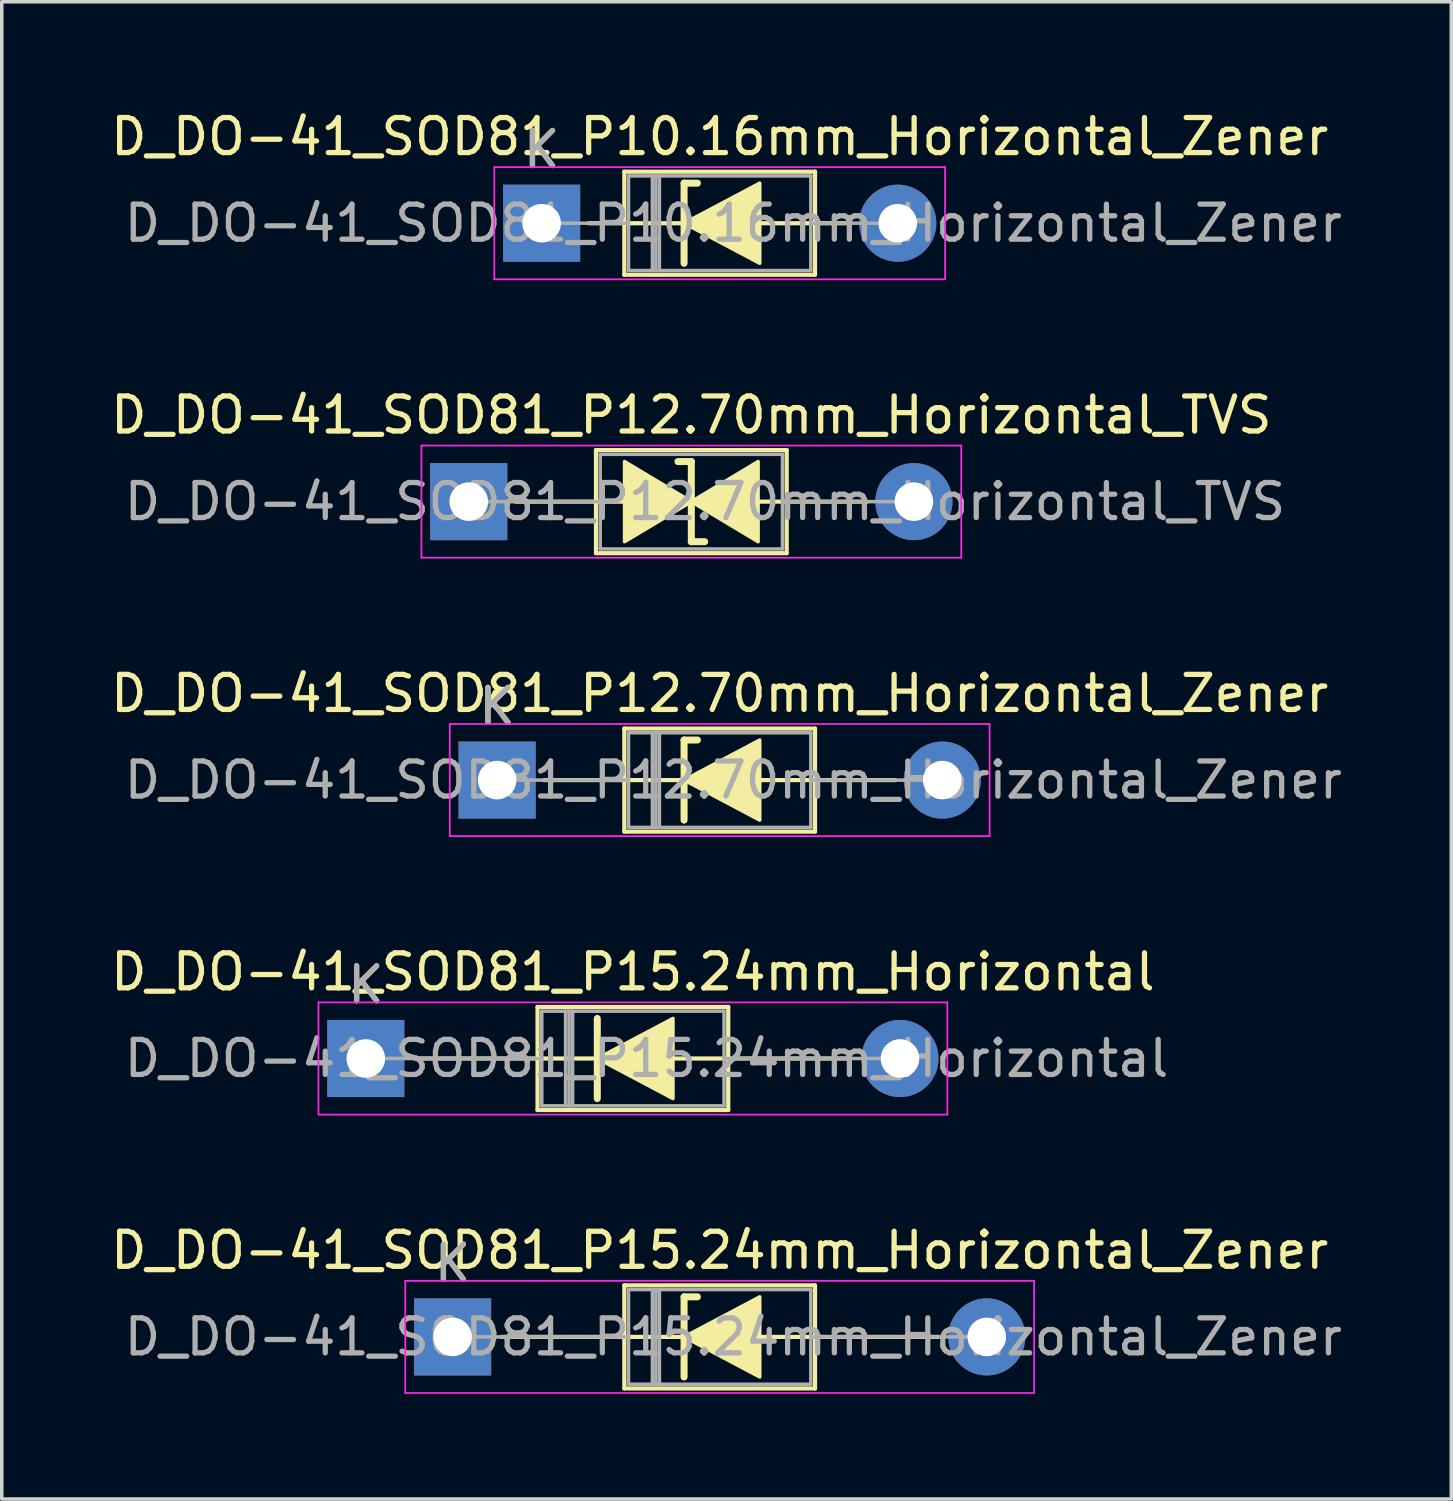
<source format=kicad_pcb>
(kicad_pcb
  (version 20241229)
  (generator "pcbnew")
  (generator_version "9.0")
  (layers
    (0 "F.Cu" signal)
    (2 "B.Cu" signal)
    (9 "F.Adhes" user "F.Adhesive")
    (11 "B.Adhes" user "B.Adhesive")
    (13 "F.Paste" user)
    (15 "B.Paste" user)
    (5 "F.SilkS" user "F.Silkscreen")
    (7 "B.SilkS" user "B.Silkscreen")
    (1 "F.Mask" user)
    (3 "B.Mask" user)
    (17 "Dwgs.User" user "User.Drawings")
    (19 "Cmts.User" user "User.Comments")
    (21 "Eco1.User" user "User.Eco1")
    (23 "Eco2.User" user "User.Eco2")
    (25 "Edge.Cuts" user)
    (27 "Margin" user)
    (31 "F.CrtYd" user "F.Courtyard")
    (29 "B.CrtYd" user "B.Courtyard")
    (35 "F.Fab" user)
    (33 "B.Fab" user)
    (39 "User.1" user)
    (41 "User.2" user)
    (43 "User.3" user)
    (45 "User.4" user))
  (footprint "D_DO-41_SOD81_P15.24mm_Horizontal_Zener"
    (layer "F.Cu")
    (at 9.862 35.091)
    (property "Reference" "D_DO-41_SOD81_P15.24mm_Horizontal_Zener" (at 7.62 -2.47 0) (layer "F.SilkS") (effects (font (size 1 1) (thickness 0.15))))
    (attr through_hole)
    (fp_line (start 1.397 0) (end 4.9 0) (stroke (width 0.12) (type solid)) (layer "F.SilkS"))
    (fp_line (start 4.9 -1.47) (end 4.9 1.47) (stroke (width 0.12) (type solid)) (layer "F.SilkS"))
    (fp_line (start 4.9 1.47) (end 10.34 1.47) (stroke (width 0.12) (type solid)) (layer "F.SilkS"))
    (fp_line (start 6.604 -1.143) (end 6.604 1.143) (stroke (width 0.2) (type solid)) (layer "F.SilkS"))
    (fp_line (start 6.604 -1.143) (end 6.985 -1.143) (stroke (width 0.2) (type solid)) (layer "F.SilkS"))
    (fp_line (start 6.604 0) (end 4.9 0) (stroke (width 0.12) (type solid)) (layer "F.SilkS"))
    (fp_line (start 8.763 0) (end 10.34 0) (stroke (width 0.12) (type solid)) (layer "F.SilkS"))
    (fp_line (start 10.34 -1.47) (end 4.9 -1.47) (stroke (width 0.12) (type solid)) (layer "F.SilkS"))
    (fp_line (start 10.34 1.47) (end 10.34 -1.47) (stroke (width 0.12) (type solid)) (layer "F.SilkS"))
    (fp_line (start 13.843 0) (end 10.34 0) (stroke (width 0.12) (type solid)) (layer "F.SilkS"))
    (fp_poly (pts (xy 8.763 1.143) (xy 6.604 0) (xy 8.763 -1.143)) (stroke (width 0.1) (type solid)) (fill yes) (layer "F.SilkS"))
    (fp_line (start -1.35 -1.6) (end -1.35 1.6) (stroke (width 0.05) (type solid)) (layer "F.CrtYd"))
    (fp_line (start -1.35 1.6) (end 16.59 1.6) (stroke (width 0.05) (type solid)) (layer "F.CrtYd"))
    (fp_line (start 16.59 -1.6) (end -1.35 -1.6) (stroke (width 0.05) (type solid)) (layer "F.CrtYd"))
    (fp_line (start 16.59 1.6) (end 16.59 -1.6) (stroke (width 0.05) (type solid)) (layer "F.CrtYd"))
    (fp_line (start 0 0) (end 5.02 0) (stroke (width 0.1) (type solid)) (layer "F.Fab"))
    (fp_line (start 5.02 -1.35) (end 5.02 1.35) (stroke (width 0.1) (type solid)) (layer "F.Fab"))
    (fp_line (start 5.02 1.35) (end 10.22 1.35) (stroke (width 0.1) (type solid)) (layer "F.Fab"))
    (fp_line (start 5.7 -1.35) (end 5.7 1.35) (stroke (width 0.1) (type solid)) (layer "F.Fab"))
    (fp_line (start 5.8 -1.35) (end 5.8 1.35) (stroke (width 0.1) (type solid)) (layer "F.Fab"))
    (fp_line (start 5.9 -1.35) (end 5.9 1.35) (stroke (width 0.1) (type solid)) (layer "F.Fab"))
    (fp_line (start 10.22 -1.35) (end 5.02 -1.35) (stroke (width 0.1) (type solid)) (layer "F.Fab"))
    (fp_line (start 10.22 1.35) (end 10.22 -1.35) (stroke (width 0.1) (type solid)) (layer "F.Fab"))
    (fp_line (start 15.24 0) (end 10.22 0) (stroke (width 0.1) (type solid)) (layer "F.Fab"))
    (fp_text user "K" (at 0 -2.1 0) (layer "F.SilkS") (effects (font (size 1 1) (thickness 0.15))))
    (fp_text user "${REFERENCE}" (at 8.01 0 0) (layer "F.Fab") (effects (font (size 1 1) (thickness 0.15))))
    (fp_text user "K" (at 0 -2.1 0) (layer "F.Fab") (effects (font (size 1 1) (thickness 0.15))))
    (pad "1" thru_hole rect (at 0 0) (size 2.2 2.2) (drill 1.1) (layers "*.Cu" "*.Mask"))
    (pad "2" thru_hole oval (at 15.24 0) (size 2.2 2.2) (drill 1.1) (layers "*.Cu" "*.Mask")))
  (footprint "D_DO-41_SOD81_P15.24mm_Horizontal"
    (layer "F.Cu")
    (at 7.386 27.148)
    (property "Reference" "D_DO-41_SOD81_P15.24mm_Horizontal" (at 7.62 -2.47 0) (layer "F.SilkS") (effects (font (size 1 1) (thickness 0.15))))
    (attr through_hole)
    (fp_line (start 1.397 0) (end 4.9 0) (stroke (width 0.12) (type solid)) (layer "F.SilkS"))
    (fp_line (start 4.9 -1.47) (end 4.9 1.47) (stroke (width 0.12) (type solid)) (layer "F.SilkS"))
    (fp_line (start 4.9 1.47) (end 10.34 1.47) (stroke (width 0.12) (type solid)) (layer "F.SilkS"))
    (fp_line (start 6.604 -1.143) (end 6.604 1.143) (stroke (width 0.2) (type solid)) (layer "F.SilkS"))
    (fp_line (start 6.604 0) (end 4.9 0) (stroke (width 0.12) (type solid)) (layer "F.SilkS"))
    (fp_line (start 8.763 0) (end 10.34 0) (stroke (width 0.12) (type solid)) (layer "F.SilkS"))
    (fp_line (start 10.34 -1.47) (end 4.9 -1.47) (stroke (width 0.12) (type solid)) (layer "F.SilkS"))
    (fp_line (start 10.34 1.47) (end 10.34 -1.47) (stroke (width 0.12) (type solid)) (layer "F.SilkS"))
    (fp_line (start 13.843 0) (end 10.34 0) (stroke (width 0.12) (type solid)) (layer "F.SilkS"))
    (fp_poly (pts (xy 8.763 1.143) (xy 6.604 0) (xy 8.763 -1.143)) (stroke (width 0.1) (type solid)) (fill yes) (layer "F.SilkS"))
    (fp_line (start -1.35 -1.6) (end -1.35 1.6) (stroke (width 0.05) (type solid)) (layer "F.CrtYd"))
    (fp_line (start -1.35 1.6) (end 16.59 1.6) (stroke (width 0.05) (type solid)) (layer "F.CrtYd"))
    (fp_line (start 16.59 -1.6) (end -1.35 -1.6) (stroke (width 0.05) (type solid)) (layer "F.CrtYd"))
    (fp_line (start 16.59 1.6) (end 16.59 -1.6) (stroke (width 0.05) (type solid)) (layer "F.CrtYd"))
    (fp_line (start 0 0) (end 5.02 0) (stroke (width 0.1) (type solid)) (layer "F.Fab"))
    (fp_line (start 5.02 -1.35) (end 5.02 1.35) (stroke (width 0.1) (type solid)) (layer "F.Fab"))
    (fp_line (start 5.02 1.35) (end 10.22 1.35) (stroke (width 0.1) (type solid)) (layer "F.Fab"))
    (fp_line (start 5.7 -1.35) (end 5.7 1.35) (stroke (width 0.1) (type solid)) (layer "F.Fab"))
    (fp_line (start 5.8 -1.35) (end 5.8 1.35) (stroke (width 0.1) (type solid)) (layer "F.Fab"))
    (fp_line (start 5.9 -1.35) (end 5.9 1.35) (stroke (width 0.1) (type solid)) (layer "F.Fab"))
    (fp_line (start 10.22 -1.35) (end 5.02 -1.35) (stroke (width 0.1) (type solid)) (layer "F.Fab"))
    (fp_line (start 10.22 1.35) (end 10.22 -1.35) (stroke (width 0.1) (type solid)) (layer "F.Fab"))
    (fp_line (start 15.24 0) (end 10.22 0) (stroke (width 0.1) (type solid)) (layer "F.Fab"))
    (fp_text user "K" (at 0 -2.1 0) (layer "F.SilkS") (effects (font (size 1 1) (thickness 0.15))))
    (fp_text user "${REFERENCE}" (at 8.01 0 0) (layer "F.Fab") (effects (font (size 1 1) (thickness 0.15))))
    (fp_text user "K" (at 0 -2.1 0) (layer "F.Fab") (effects (font (size 1 1) (thickness 0.15))))
    (pad "1" thru_hole rect (at 0 0) (size 2.2 2.2) (drill 1.1) (layers "*.Cu" "*.Mask"))
    (pad "2" thru_hole oval (at 15.24 0) (size 2.2 2.2) (drill 1.1) (layers "*.Cu" "*.Mask")))
  (footprint "D_DO-41_SOD81_P12.70mm_Horizontal_TVS"
    (layer "F.Cu")
    (at 10.323 11.261)
    (property "Reference" "D_DO-41_SOD81_P12.70mm_Horizontal_TVS" (at 6.35 -2.47 0) (layer "F.SilkS") (effects (font (size 1 1) (thickness 0.15))))
    (attr through_hole)
    (fp_line (start 1.34 0) (end 3.63 0) (stroke (width 0.12) (type solid)) (layer "F.SilkS"))
    (fp_line (start 3.63 -1.47) (end 3.63 1.47) (stroke (width 0.12) (type solid)) (layer "F.SilkS"))
    (fp_line (start 3.63 0) (end 4.445 0) (stroke (width 0.12) (type solid)) (layer "F.SilkS"))
    (fp_line (start 3.63 1.47) (end 9.07 1.47) (stroke (width 0.12) (type solid)) (layer "F.SilkS"))
    (fp_line (start 6.35 -1.143) (end 5.969 -1.143) (stroke (width 0.2) (type solid)) (layer "F.SilkS"))
    (fp_line (start 6.35 1.143) (end 6.35 -1.143) (stroke (width 0.2) (type solid)) (layer "F.SilkS"))
    (fp_line (start 6.731 1.143) (end 6.35 1.143) (stroke (width 0.2) (type solid)) (layer "F.SilkS"))
    (fp_line (start 8.255 0) (end 9.07 0) (stroke (width 0.12) (type solid)) (layer "F.SilkS"))
    (fp_line (start 9.07 -1.47) (end 3.63 -1.47) (stroke (width 0.12) (type solid)) (layer "F.SilkS"))
    (fp_line (start 9.07 1.47) (end 9.07 -1.47) (stroke (width 0.12) (type solid)) (layer "F.SilkS"))
    (fp_line (start 11.36 0) (end 9.07 0) (stroke (width 0.12) (type solid)) (layer "F.SilkS"))
    (fp_poly (pts (xy 6.35 0) (xy 4.445 1.143) (xy 4.445 -1.143)) (stroke (width 0.1) (type solid)) (fill yes) (layer "F.SilkS"))
    (fp_poly (pts (xy 6.35 0) (xy 8.255 -1.143) (xy 8.255 1.143)) (stroke (width 0.1) (type solid)) (fill yes) (layer "F.SilkS"))
    (fp_line (start -1.35 -1.6) (end -1.35 1.6) (stroke (width 0.05) (type solid)) (layer "F.CrtYd"))
    (fp_line (start -1.35 1.6) (end 14.05 1.6) (stroke (width 0.05) (type solid)) (layer "F.CrtYd"))
    (fp_line (start 14.05 -1.6) (end -1.35 -1.6) (stroke (width 0.05) (type solid)) (layer "F.CrtYd"))
    (fp_line (start 14.05 1.6) (end 14.05 -1.6) (stroke (width 0.05) (type solid)) (layer "F.CrtYd"))
    (fp_line (start 0 0) (end 3.75 0) (stroke (width 0.1) (type solid)) (layer "F.Fab"))
    (fp_line (start 3.75 -1.35) (end 3.75 1.35) (stroke (width 0.1) (type solid)) (layer "F.Fab"))
    (fp_line (start 3.75 1.35) (end 8.95 1.35) (stroke (width 0.1) (type solid)) (layer "F.Fab"))
    (fp_line (start 8.95 -1.35) (end 3.75 -1.35) (stroke (width 0.1) (type solid)) (layer "F.Fab"))
    (fp_line (start 8.95 1.35) (end 8.95 -1.35) (stroke (width 0.1) (type solid)) (layer "F.Fab"))
    (fp_line (start 12.7 0) (end 8.95 0) (stroke (width 0.1) (type solid)) (layer "F.Fab"))
    (fp_text user "${REFERENCE}" (at 6.74 0 0) (layer "F.Fab") (effects (font (size 1 1) (thickness 0.15))))
    (pad "1" thru_hole rect (at 0 0) (size 2.2 2.2) (drill 1.1) (layers "*.Cu" "*.Mask"))
    (pad "2" thru_hole oval (at 12.7 0) (size 2.2 2.2) (drill 1.1) (layers "*.Cu" "*.Mask")))
  (footprint "D_DO-41_SOD81_P10.16mm_Horizontal_Zener"
    (layer "F.Cu")
    (at 12.402 3.318)
    (property "Reference" "D_DO-41_SOD81_P10.16mm_Horizontal_Zener" (at 5.08 -2.47 0) (layer "F.SilkS") (effects (font (size 1 1) (thickness 0.15))))
    (attr through_hole)
    (fp_line (start 1.34 0) (end 2.36 0) (stroke (width 0.12) (type solid)) (layer "F.SilkS"))
    (fp_line (start 2.36 -1.47) (end 2.36 1.47) (stroke (width 0.12) (type solid)) (layer "F.SilkS"))
    (fp_line (start 2.36 1.47) (end 7.8 1.47) (stroke (width 0.12) (type solid)) (layer "F.SilkS"))
    (fp_line (start 4.064 -1.143) (end 4.064 1.143) (stroke (width 0.2) (type solid)) (layer "F.SilkS"))
    (fp_line (start 4.064 -1.143) (end 4.445 -1.143) (stroke (width 0.2) (type solid)) (layer "F.SilkS"))
    (fp_line (start 4.064 0) (end 2.36 0) (stroke (width 0.12) (type solid)) (layer "F.SilkS"))
    (fp_line (start 6.223 0) (end 7.8 0) (stroke (width 0.12) (type solid)) (layer "F.SilkS"))
    (fp_line (start 7.8 -1.47) (end 2.36 -1.47) (stroke (width 0.12) (type solid)) (layer "F.SilkS"))
    (fp_line (start 7.8 1.47) (end 7.8 -1.47) (stroke (width 0.12) (type solid)) (layer "F.SilkS"))
    (fp_line (start 8.82 0) (end 7.8 0) (stroke (width 0.12) (type solid)) (layer "F.SilkS"))
    (fp_poly (pts (xy 6.223 1.143) (xy 4.064 0) (xy 6.223 -1.143)) (stroke (width 0.1) (type solid)) (fill yes) (layer "F.SilkS"))
    (fp_line (start -1.35 -1.6) (end -1.35 1.6) (stroke (width 0.05) (type solid)) (layer "F.CrtYd"))
    (fp_line (start -1.35 1.6) (end 11.51 1.6) (stroke (width 0.05) (type solid)) (layer "F.CrtYd"))
    (fp_line (start 11.51 -1.6) (end -1.35 -1.6) (stroke (width 0.05) (type solid)) (layer "F.CrtYd"))
    (fp_line (start 11.51 1.6) (end 11.51 -1.6) (stroke (width 0.05) (type solid)) (layer "F.CrtYd"))
    (fp_line (start 0 0) (end 2.48 0) (stroke (width 0.1) (type solid)) (layer "F.Fab"))
    (fp_line (start 2.48 -1.35) (end 2.48 1.35) (stroke (width 0.1) (type solid)) (layer "F.Fab"))
    (fp_line (start 2.48 1.35) (end 7.68 1.35) (stroke (width 0.1) (type solid)) (layer "F.Fab"))
    (fp_line (start 3.16 -1.35) (end 3.16 1.35) (stroke (width 0.1) (type solid)) (layer "F.Fab"))
    (fp_line (start 3.26 -1.35) (end 3.26 1.35) (stroke (width 0.1) (type solid)) (layer "F.Fab"))
    (fp_line (start 3.36 -1.35) (end 3.36 1.35) (stroke (width 0.1) (type solid)) (layer "F.Fab"))
    (fp_line (start 7.68 -1.35) (end 2.48 -1.35) (stroke (width 0.1) (type solid)) (layer "F.Fab"))
    (fp_line (start 7.68 1.35) (end 7.68 -1.35) (stroke (width 0.1) (type solid)) (layer "F.Fab"))
    (fp_line (start 10.16 0) (end 7.68 0) (stroke (width 0.1) (type solid)) (layer "F.Fab"))
    (fp_text user "K" (at 0 -2.1 0) (layer "F.SilkS") (effects (font (size 1 1) (thickness 0.15))))
    (fp_text user "K" (at 0 -2.1 0) (layer "F.Fab") (effects (font (size 1 1) (thickness 0.15))))
    (fp_text user "${REFERENCE}" (at 5.47 0 0) (layer "F.Fab") (effects (font (size 1 1) (thickness 0.15))))
    (pad "1" thru_hole rect (at 0 0) (size 2.2 2.2) (drill 1.1) (layers "*.Cu" "*.Mask"))
    (pad "2" thru_hole oval (at 10.16 0) (size 2.2 2.2) (drill 1.1) (layers "*.Cu" "*.Mask")))
  (footprint "D_DO-41_SOD81_P12.70mm_Horizontal_Zener"
    (layer "F.Cu")
    (at 11.132 19.205)
    (property "Reference" "D_DO-41_SOD81_P12.70mm_Horizontal_Zener" (at 6.35 -2.47 0) (layer "F.SilkS") (effects (font (size 1 1) (thickness 0.15))))
    (attr through_hole)
    (fp_line (start 1.34 0) (end 3.63 0) (stroke (width 0.12) (type solid)) (layer "F.SilkS"))
    (fp_line (start 3.63 -1.47) (end 3.63 1.47) (stroke (width 0.12) (type solid)) (layer "F.SilkS"))
    (fp_line (start 3.63 1.47) (end 9.07 1.47) (stroke (width 0.12) (type solid)) (layer "F.SilkS"))
    (fp_line (start 5.334 -1.143) (end 5.334 1.143) (stroke (width 0.2) (type solid)) (layer "F.SilkS"))
    (fp_line (start 5.334 -1.143) (end 5.715 -1.143) (stroke (width 0.2) (type solid)) (layer "F.SilkS"))
    (fp_line (start 5.334 0) (end 3.63 0) (stroke (width 0.12) (type solid)) (layer "F.SilkS"))
    (fp_line (start 7.493 0) (end 9.07 0) (stroke (width 0.12) (type solid)) (layer "F.SilkS"))
    (fp_line (start 9.07 -1.47) (end 3.63 -1.47) (stroke (width 0.12) (type solid)) (layer "F.SilkS"))
    (fp_line (start 9.07 1.47) (end 9.07 -1.47) (stroke (width 0.12) (type solid)) (layer "F.SilkS"))
    (fp_line (start 11.36 0) (end 9.07 0) (stroke (width 0.12) (type solid)) (layer "F.SilkS"))
    (fp_poly (pts (xy 7.493 1.143) (xy 5.334 0) (xy 7.493 -1.143)) (stroke (width 0.1) (type solid)) (fill yes) (layer "F.SilkS"))
    (fp_line (start -1.35 -1.6) (end -1.35 1.6) (stroke (width 0.05) (type solid)) (layer "F.CrtYd"))
    (fp_line (start -1.35 1.6) (end 14.05 1.6) (stroke (width 0.05) (type solid)) (layer "F.CrtYd"))
    (fp_line (start 14.05 -1.6) (end -1.35 -1.6) (stroke (width 0.05) (type solid)) (layer "F.CrtYd"))
    (fp_line (start 14.05 1.6) (end 14.05 -1.6) (stroke (width 0.05) (type solid)) (layer "F.CrtYd"))
    (fp_line (start 0 0) (end 3.75 0) (stroke (width 0.1) (type solid)) (layer "F.Fab"))
    (fp_line (start 3.75 -1.35) (end 3.75 1.35) (stroke (width 0.1) (type solid)) (layer "F.Fab"))
    (fp_line (start 3.75 1.35) (end 8.95 1.35) (stroke (width 0.1) (type solid)) (layer "F.Fab"))
    (fp_line (start 4.43 -1.35) (end 4.43 1.35) (stroke (width 0.1) (type solid)) (layer "F.Fab"))
    (fp_line (start 4.53 -1.35) (end 4.53 1.35) (stroke (width 0.1) (type solid)) (layer "F.Fab"))
    (fp_line (start 4.63 -1.35) (end 4.63 1.35) (stroke (width 0.1) (type solid)) (layer "F.Fab"))
    (fp_line (start 8.95 -1.35) (end 3.75 -1.35) (stroke (width 0.1) (type solid)) (layer "F.Fab"))
    (fp_line (start 8.95 1.35) (end 8.95 -1.35) (stroke (width 0.1) (type solid)) (layer "F.Fab"))
    (fp_line (start 12.7 0) (end 8.95 0) (stroke (width 0.1) (type solid)) (layer "F.Fab"))
    (fp_text user "K" (at 0 -2.1 0) (layer "F.SilkS") (effects (font (size 1 1) (thickness 0.15))))
    (fp_text user "K" (at 0 -2.1 0) (layer "F.Fab") (effects (font (size 1 1) (thickness 0.15))))
    (fp_text user "${REFERENCE}" (at 6.74 0 0) (layer "F.Fab") (effects (font (size 1 1) (thickness 0.15))))
    (pad "1" thru_hole rect (at 0 0) (size 2.2 2.2) (drill 1.1) (layers "*.Cu" "*.Mask"))
    (pad "2" thru_hole oval (at 12.7 0) (size 2.2 2.2) (drill 1.1) (layers "*.Cu" "*.Mask")))
  (gr_rect
    (start -3 -3)
    (end 38.354 39.716)
    (stroke (width 0.1) (type default))
    (fill no)
    (layer "Edge.Cuts")))
</source>
